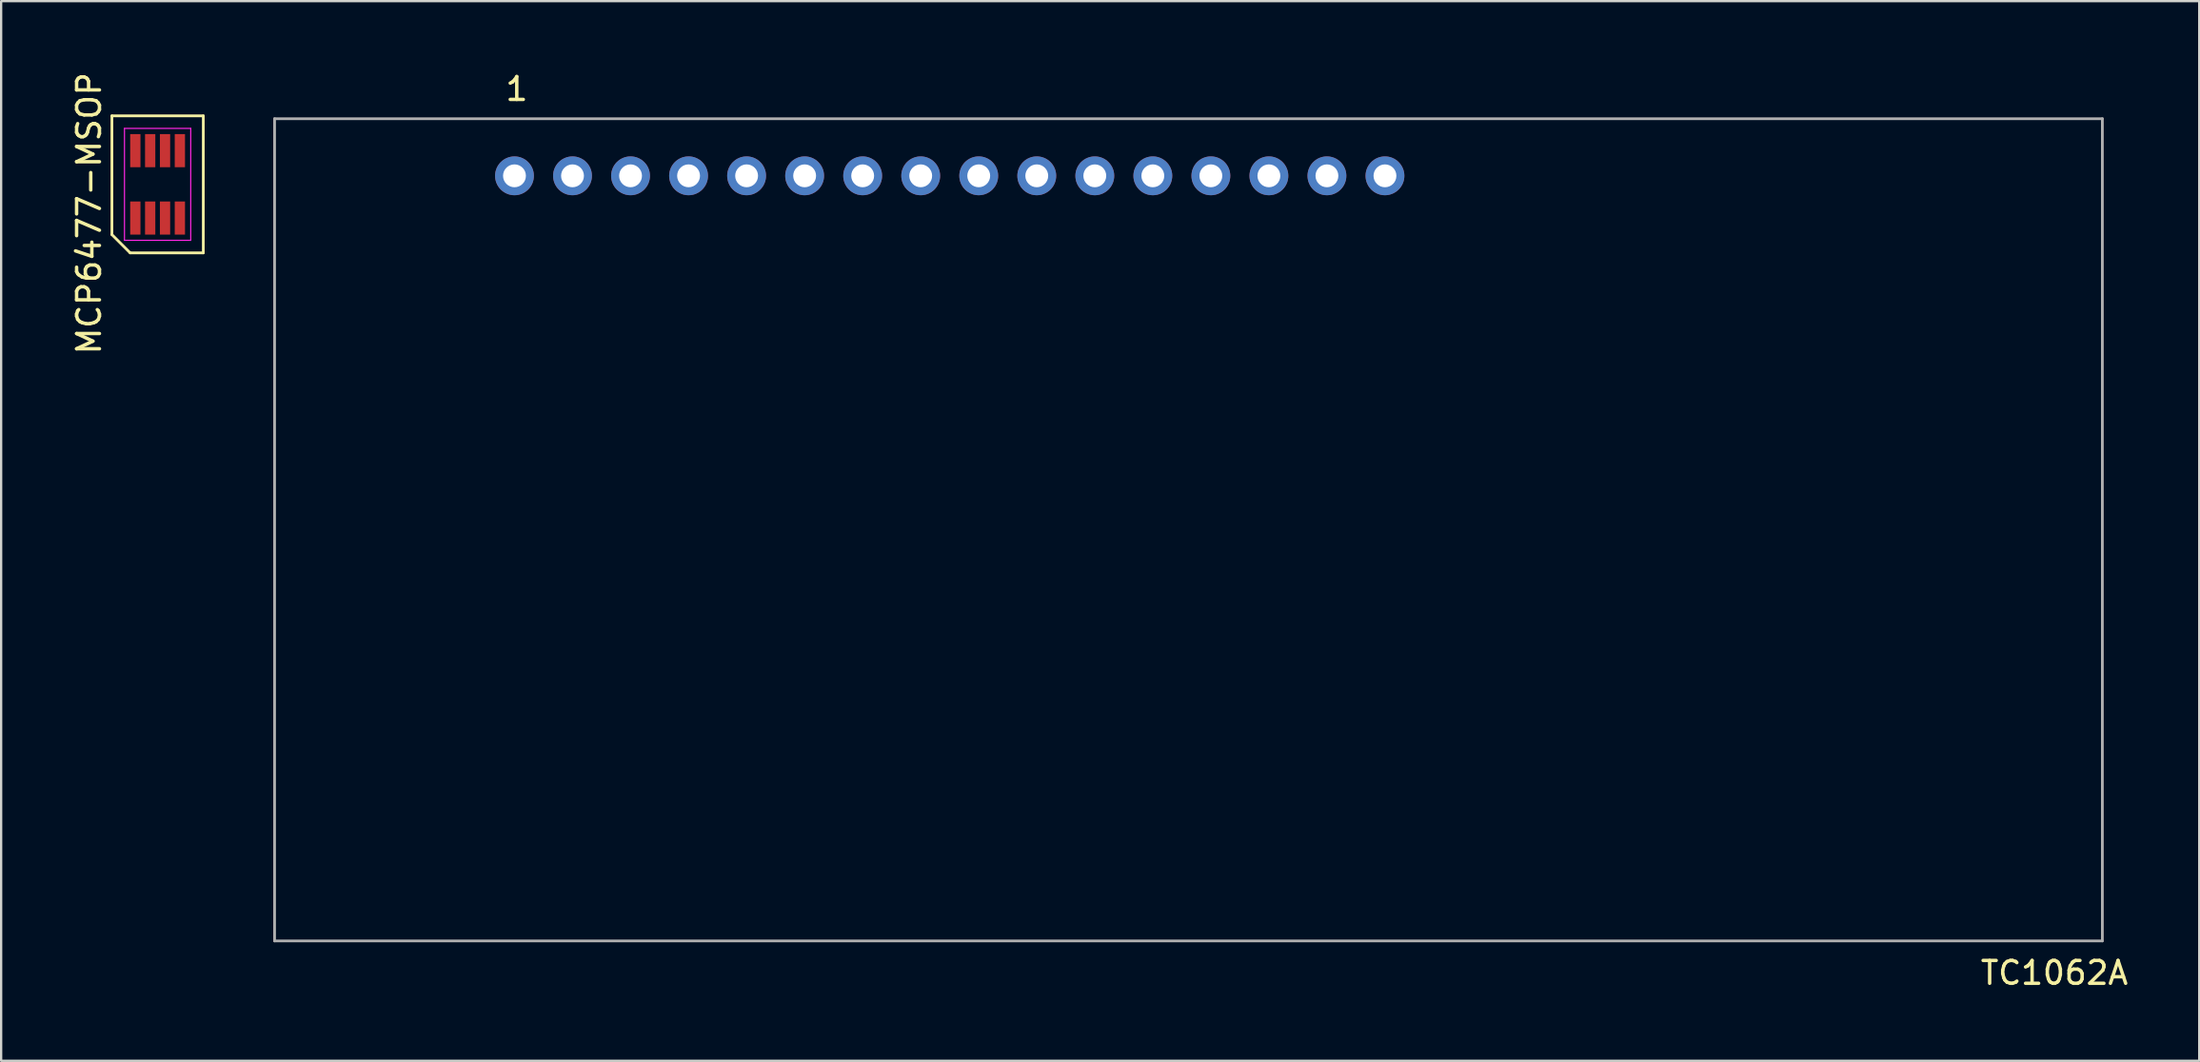
<source format=kicad_pcb>
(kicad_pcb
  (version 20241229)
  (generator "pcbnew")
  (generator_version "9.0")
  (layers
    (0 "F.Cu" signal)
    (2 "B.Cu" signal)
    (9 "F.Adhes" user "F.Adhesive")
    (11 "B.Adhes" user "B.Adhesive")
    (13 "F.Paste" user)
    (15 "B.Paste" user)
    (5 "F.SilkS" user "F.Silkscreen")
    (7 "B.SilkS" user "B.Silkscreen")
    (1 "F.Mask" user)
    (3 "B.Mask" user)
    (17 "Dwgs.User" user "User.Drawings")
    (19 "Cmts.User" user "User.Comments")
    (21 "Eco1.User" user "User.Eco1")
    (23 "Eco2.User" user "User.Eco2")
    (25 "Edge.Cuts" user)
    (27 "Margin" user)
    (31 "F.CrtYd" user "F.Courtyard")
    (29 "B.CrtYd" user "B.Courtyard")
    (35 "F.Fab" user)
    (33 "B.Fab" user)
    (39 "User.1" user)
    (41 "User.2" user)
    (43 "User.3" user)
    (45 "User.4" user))
  (footprint "TC1062A"
    (layer "F.Cu")
    (at 50.468 20.648)
    (property "Reference" "TC1062A" (at 36.4 18.9 0) (layer "F.SilkS") (effects (font (size 1 1) (thickness 0.15))))
    (attr through_hole)
    (fp_line (start -41.5 -18.5) (end -41.5 17.5) (stroke (width 0.12) (type solid)) (layer "F.Fab"))
    (fp_line (start -41.5 -18.5) (end 38.5 -18.5) (stroke (width 0.12) (type solid)) (layer "F.Fab"))
    (fp_line (start -41.5 17.5) (end 38.5 17.5) (stroke (width 0.12) (type solid)) (layer "F.Fab"))
    (fp_line (start 38.5 -18.5) (end 38.5 17.5) (stroke (width 0.12) (type solid)) (layer "F.Fab"))
    (fp_text user "1" (at -30.9 -19.8 0) (layer "F.SilkS") (effects (font (size 1 1) (thickness 0.15))))
    (pad "1" thru_hole circle (at -31 -16) (size 1.7 1.7) (drill 1) (layers "*.Cu" "*.Mask"))
    (pad "2" thru_hole circle (at -28.46 -16) (size 1.7 1.7) (drill 1) (layers "*.Cu" "*.Mask"))
    (pad "3" thru_hole circle (at -25.92 -16) (size 1.7 1.7) (drill 1) (layers "*.Cu" "*.Mask"))
    (pad "4" thru_hole circle (at -23.38 -16) (size 1.7 1.7) (drill 1) (layers "*.Cu" "*.Mask"))
    (pad "5" thru_hole circle (at -20.84 -16) (size 1.7 1.7) (drill 1) (layers "*.Cu" "*.Mask"))
    (pad "6" thru_hole circle (at -18.3 -16) (size 1.7 1.7) (drill 1) (layers "*.Cu" "*.Mask"))
    (pad "7" thru_hole circle (at -15.76 -16) (size 1.7 1.7) (drill 1) (layers "*.Cu" "*.Mask"))
    (pad "8" thru_hole circle (at -13.22 -16) (size 1.7 1.7) (drill 1) (layers "*.Cu" "*.Mask"))
    (pad "9" thru_hole circle (at -10.68 -16) (size 1.7 1.7) (drill 1) (layers "*.Cu" "*.Mask"))
    (pad "10" thru_hole circle (at -8.14 -16) (size 1.7 1.7) (drill 1) (layers "*.Cu" "*.Mask"))
    (pad "11" thru_hole circle (at -5.6 -16) (size 1.7 1.7) (drill 1) (layers "*.Cu" "*.Mask"))
    (pad "12" thru_hole circle (at -3.06 -16) (size 1.7 1.7) (drill 1) (layers "*.Cu" "*.Mask"))
    (pad "13" thru_hole circle (at -0.52 -16) (size 1.7 1.7) (drill 1) (layers "*.Cu" "*.Mask"))
    (pad "14" thru_hole circle (at 2.02 -16) (size 1.7 1.7) (drill 1) (layers "*.Cu" "*.Mask"))
    (pad "15" thru_hole circle (at 4.56 -16) (size 1.7 1.7) (drill 1) (layers "*.Cu" "*.Mask"))
    (pad "16" thru_hole circle (at 7.1 -16) (size 1.7 1.7) (drill 1) (layers "*.Cu" "*.Mask")))
  (footprint "MCP6477-MSOP"
    (layer "F.Cu")
    (at 3.848 5.022)
    (property "Reference" "MCP6477-MSOP" (at -3 1.27 90) (layer "F.SilkS") (effects (font (size 1 1) (thickness 0.15))))
    (attr smd)
    (fp_line (start -2 -3) (end 2 -3) (stroke (width 0.12) (type solid)) (layer "F.SilkS"))
    (fp_line (start -2 2.2) (end -2 -3) (stroke (width 0.12) (type solid)) (layer "F.SilkS"))
    (fp_line (start -1.2 3) (end -2 2.2) (stroke (width 0.12) (type solid)) (layer "F.SilkS"))
    (fp_line (start 2 -3) (end 2 3) (stroke (width 0.12) (type solid)) (layer "F.SilkS"))
    (fp_line (start 2 3) (end -1.2 3) (stroke (width 0.12) (type solid)) (layer "F.SilkS"))
    (fp_line (start -1.45 -2.45) (end 1.45 -2.45) (stroke (width 0.05) (type solid)) (layer "F.CrtYd"))
    (fp_line (start -1.45 2.45) (end -1.45 -2.45) (stroke (width 0.05) (type solid)) (layer "F.CrtYd"))
    (fp_line (start 1.45 -2.45) (end 1.45 2.45) (stroke (width 0.05) (type solid)) (layer "F.CrtYd"))
    (fp_line (start 1.45 2.45) (end -1.45 2.45) (stroke (width 0.05) (type solid)) (layer "F.CrtYd"))
    (pad "1" smd rect (at -0.975 1.475) (size 0.45 1.45) (layers "F.Cu" "F.Mask" "F.Paste"))
    (pad "2" smd rect (at -0.325 1.475) (size 0.45 1.45) (layers "F.Cu" "F.Mask" "F.Paste"))
    (pad "3" smd rect (at 0.325 1.475) (size 0.45 1.45) (layers "F.Cu" "F.Mask" "F.Paste"))
    (pad "4" smd rect (at 0.975 1.475) (size 0.45 1.45) (layers "F.Cu" "F.Mask" "F.Paste"))
    (pad "5" smd rect (at 0.975 -1.475) (size 0.45 1.45) (layers "F.Cu" "F.Mask" "F.Paste"))
    (pad "6" smd rect (at 0.325 -1.475) (size 0.45 1.45) (layers "F.Cu" "F.Mask" "F.Paste"))
    (pad "7" smd rect (at -0.325 -1.475) (size 0.45 1.45) (layers "F.Cu" "F.Mask" "F.Paste"))
    (pad "8" smd rect (at -0.975 -1.475) (size 0.45 1.45) (layers "F.Cu" "F.Mask" "F.Paste")))
  (gr_rect
    (start -3 -3)
    (end 93.208 43.397)
    (stroke (width 0.1) (type default))
    (fill no)
    (layer "Edge.Cuts")))
</source>
